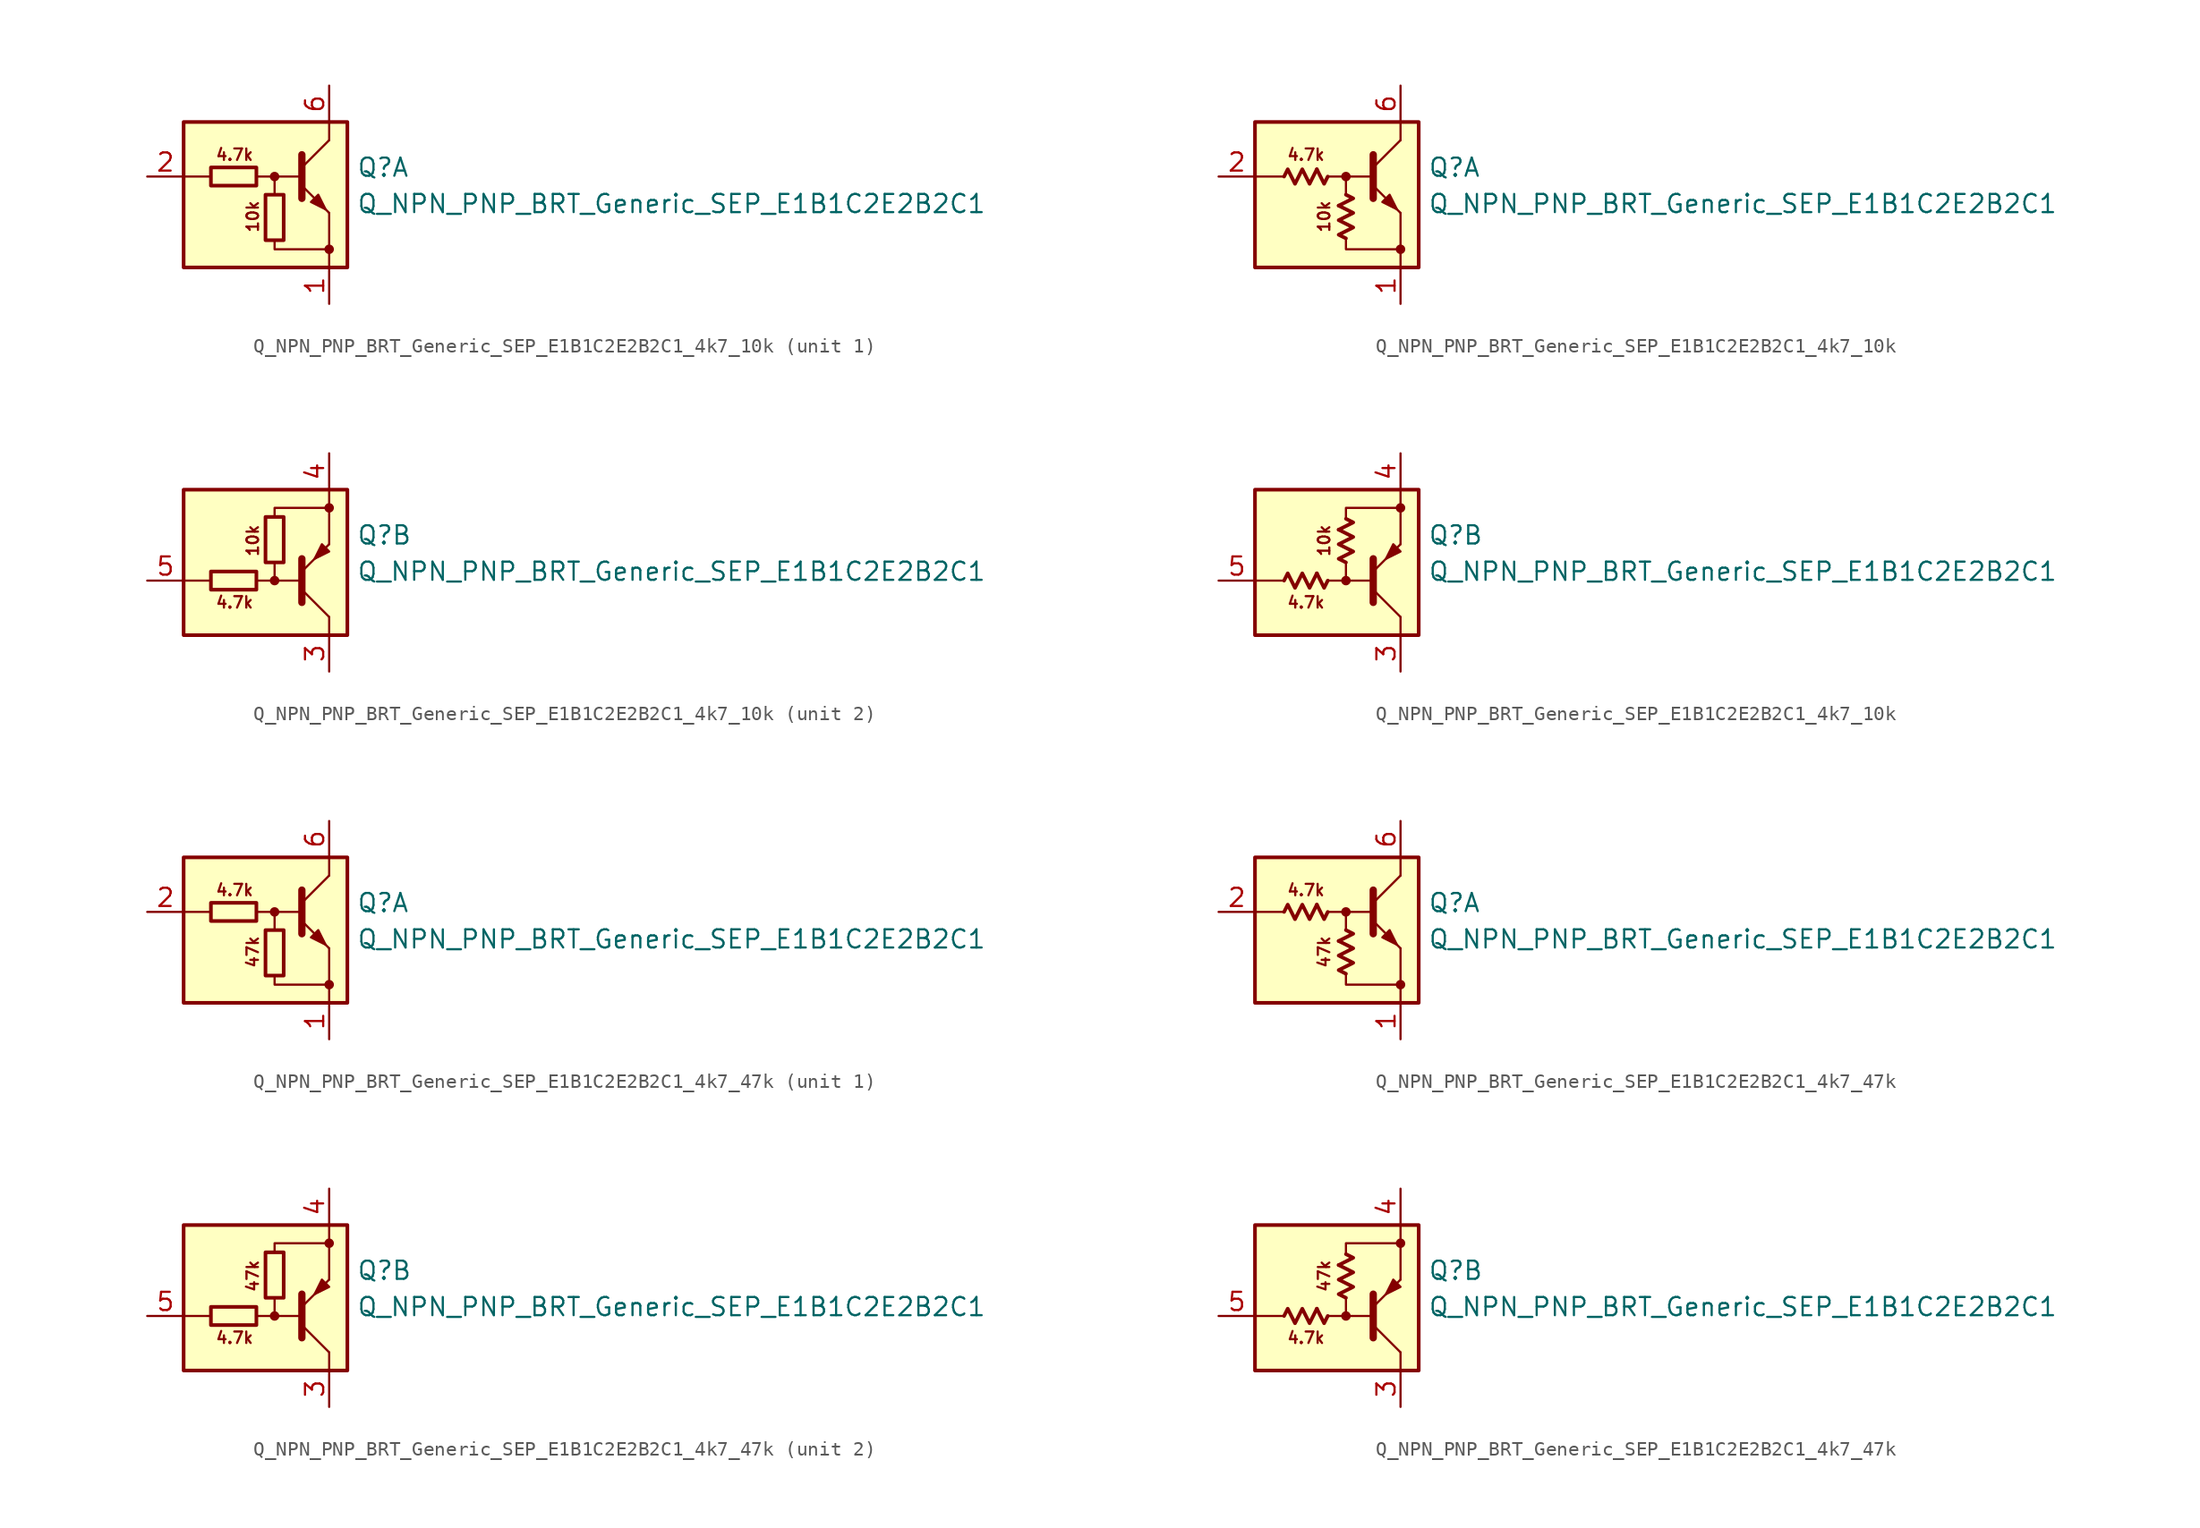
<source format=kicad_sym>
(kicad_symbol_lib
  (version 20220914)
  (generator kicad_symbol_editor)
  (symbol "Q_NPN_PNP_BRT_Generic_SEP_E1B1C2E2B2C1_4k7_10k"
    (pin_names
      (offset 1.016) hide)
    (property "Reference" "Q"
      (at 5.715 1.905 0)
      (effects (font (size 1.27 1.27)) (justify left)))
    (property "Value" "Q_NPN_PNP_BRT_Generic_SEP_E1B1C2E2B2C1"
      (at 5.715 -0.635 0)
      (effects (font (size 1.27 1.27)) (justify left)))
    (property "ki_locked" ""
      (at 0 0 0)
      (effects (font (size 1.27 1.27))))
    (symbol "Q_NPN_PNP_BRT_Generic_SEP_E1B1C2E2B2C1_4k7_10k_1_0"
      (rectangle (start -6.35 5.08) (end 5.08 -5.08) (stroke (width 0.254) (type default)) (fill (type background)))
      (polyline (pts (xy -4.445 1.27) (xy -6.35 1.27)) (stroke (width 0) (type default)) (fill (type none)))
      (polyline (pts (xy -0.254 1.27) (xy 1.905 1.27)) (stroke (width 0) (type default)) (fill (type none)))
      (polyline (pts (xy 1.905 1.905) (xy 3.81 3.81)) (stroke (width 0) (type default)) (fill (type none)))
      (polyline (pts (xy 1.905 2.794) (xy 1.905 -0.254)) (stroke (width 0.508) (type default)) (fill (type none)))
      (polyline (pts (xy 3.81 -3.81) (xy 3.81 -5.08)) (stroke (width 0) (type default)) (fill (type none)))
      (polyline (pts (xy 3.81 -3.81) (xy 3.81 -1.27)) (stroke (width 0) (type default)) (fill (type none)))
      (polyline (pts (xy 3.81 3.81) (xy 3.81 5.08)) (stroke (width 0) (type default)) (fill (type none)))
      (polyline (pts (xy -1.27 1.27) (xy 0 1.27) (xy 0 0)) (stroke (width 0) (type default)) (fill (type none)))
      (polyline (pts (xy 0 -3.175) (xy 0 -3.81) (xy 3.81 -3.81)) (stroke (width 0) (type default)) (fill (type none)))
      (polyline (pts (xy 1.905 0.635) (xy 3.81 -1.27) (xy 3.81 -1.27)) (stroke (width 0) (type default)) (fill (type none)))
      (polyline (pts (xy 2.54 -0.508) (xy 3.048 0) (xy 3.556 -1.016) (xy 2.54 -0.508) (xy 2.54 -0.508)) (stroke (width 0) (type default)) (fill (type outline)))
      (circle (center 0 1.27) (radius 0.254) (stroke (width 0) (type default)) (fill (type outline)))
      (circle (center 3.81 -3.81) (radius 0.254) (stroke (width 0) (type default)) (fill (type outline)))
      (text "10k" (at -1.524 -1.524 900) (effects (font (size 0.8 0.8))))
      (text "4.7k" (at -2.794 2.794 0) (effects (font (size 0.8 0.8)))))
    (symbol "Q_NPN_PNP_BRT_Generic_SEP_E1B1C2E2B2C1_4k7_10k_1_1"
      (rectangle (start -4.445 1.905) (end -1.27 0.635) (stroke (width 0.254) (type default)) (fill (type none)))
      (rectangle (start -0.635 0) (end 0.635 -3.175) (stroke (width 0.254) (type default)) (fill (type none)))
      (pin passive line (at 3.81 -7.62 90) (length 2.54) (name "E1" (effects (font (size 1.27 1.27)))) (number "1" (effects (font (size 1.27 1.27)))))
      (pin input line (at -8.89 1.27 0) (length 2.54) (name "B1" (effects (font (size 1.27 1.27)))) (number "2" (effects (font (size 1.27 1.27)))))
      (pin passive line (at 3.81 7.62 270) (length 2.54) (name "C1" (effects (font (size 1.27 1.27)))) (number "6" (effects (font (size 1.27 1.27))))))
    (symbol "Q_NPN_PNP_BRT_Generic_SEP_E1B1C2E2B2C1_4k7_10k_1_2"
      (polyline (pts (xy -2.032 1.778) (xy -1.524 0.762) (xy -1.27 1.27)) (stroke (width 0.254) (type default)) (fill (type none)))
      (polyline (pts (xy -0.508 -0.762) (xy 0.508 -0.254) (xy 0 0)) (stroke (width 0.254) (type default)) (fill (type none)))
      (polyline (pts (xy -4.318 1.27) (xy -4.064 1.778) (xy -3.556 0.762) (xy -3.048 1.778) (xy -2.54 0.762) (xy -2.032 1.778)) (stroke (width 0.254) (type default)) (fill (type none)))
      (polyline (pts (xy 0 -3.048) (xy -0.508 -2.794) (xy 0.508 -2.286) (xy -0.508 -1.778) (xy 0.508 -1.27) (xy -0.508 -0.762)) (stroke (width 0.254) (type default)) (fill (type none)))
      (pin passive line (at 3.81 -7.62 90) (length 2.54) (name "E1" (effects (font (size 1.27 1.27)))) (number "1" (effects (font (size 1.27 1.27)))))
      (pin input line (at -8.89 1.27 0) (length 2.54) (name "B1" (effects (font (size 1.27 1.27)))) (number "2" (effects (font (size 1.27 1.27)))))
      (pin passive line (at 3.81 7.62 270) (length 2.54) (name "C1" (effects (font (size 1.27 1.27)))) (number "6" (effects (font (size 1.27 1.27))))))
    (symbol "Q_NPN_PNP_BRT_Generic_SEP_E1B1C2E2B2C1_4k7_10k_2_0"
      (rectangle (start -6.35 5.08) (end 5.08 -5.08) (stroke (width 0.254) (type default)) (fill (type background)))
      (circle (center 0 -1.27) (radius 0.254) (stroke (width 0) (type default)) (fill (type outline)))
      (polyline (pts (xy -4.445 -1.27) (xy -6.35 -1.27)) (stroke (width 0) (type default)) (fill (type none)))
      (polyline (pts (xy -0.254 -1.27) (xy 1.905 -1.27)) (stroke (width 0) (type default)) (fill (type none)))
      (polyline (pts (xy 1.905 -2.794) (xy 1.905 0.254)) (stroke (width 0.508) (type default)) (fill (type none)))
      (polyline (pts (xy 1.905 -1.905) (xy 3.81 -3.81)) (stroke (width 0) (type default)) (fill (type none)))
      (polyline (pts (xy 3.81 -3.81) (xy 3.81 -5.08)) (stroke (width 0) (type default)) (fill (type none)))
      (polyline (pts (xy 3.81 3.81) (xy 3.81 1.27)) (stroke (width 0) (type default)) (fill (type none)))
      (polyline (pts (xy 3.81 3.81) (xy 3.81 5.08)) (stroke (width 0) (type default)) (fill (type none)))
      (polyline (pts (xy -1.27 -1.27) (xy 0 -1.27) (xy 0 0)) (stroke (width 0) (type default)) (fill (type none)))
      (polyline (pts (xy 0 3.175) (xy 0 3.81) (xy 3.81 3.81)) (stroke (width 0) (type default)) (fill (type none)))
      (polyline (pts (xy 1.905 -0.635) (xy 3.81 1.27) (xy 3.81 1.27)) (stroke (width 0) (type default)) (fill (type none)))
      (polyline (pts (xy 3.81 0.762) (xy 3.302 1.27) (xy 2.794 0.254) (xy 3.81 0.762) (xy 3.81 0.762)) (stroke (width 0) (type default)) (fill (type outline)))
      (circle (center 3.81 3.81) (radius 0.254) (stroke (width 0) (type default)) (fill (type outline)))
      (text "10k" (at -1.524 1.524 900) (effects (font (size 0.8 0.8))))
      (text "4.7k" (at -2.794 -2.794 0) (effects (font (size 0.8 0.8)))))
    (symbol "Q_NPN_PNP_BRT_Generic_SEP_E1B1C2E2B2C1_4k7_10k_2_1"
      (rectangle (start -1.27 -0.635) (end -4.445 -1.905) (stroke (width 0.254) (type default)) (fill (type none)))
      (rectangle (start 0.635 3.175) (end -0.635 0) (stroke (width 0.254) (type default)) (fill (type none)))
      (pin passive line (at 3.81 -7.62 90) (length 2.54) (name "C2" (effects (font (size 1.27 1.27)))) (number "3" (effects (font (size 1.27 1.27)))))
      (pin passive line (at 3.81 7.62 270) (length 2.54) (name "E2" (effects (font (size 1.27 1.27)))) (number "4" (effects (font (size 1.27 1.27)))))
      (pin input line (at -8.89 -1.27 0) (length 2.54) (name "B2" (effects (font (size 1.27 1.27)))) (number "5" (effects (font (size 1.27 1.27))))))
    (symbol "Q_NPN_PNP_BRT_Generic_SEP_E1B1C2E2B2C1_4k7_10k_2_2"
      (polyline (pts (xy -2.032 -0.762) (xy -1.524 -1.778) (xy -1.27 -1.27)) (stroke (width 0.254) (type default)) (fill (type none)))
      (polyline (pts (xy -0.508 2.286) (xy 0.508 2.794) (xy 0 3.048)) (stroke (width 0.254) (type default)) (fill (type none)))
      (polyline (pts (xy -4.318 -1.27) (xy -4.064 -0.762) (xy -3.556 -1.778) (xy -3.048 -0.762) (xy -2.54 -1.778) (xy -2.032 -0.762)) (stroke (width 0.254) (type default)) (fill (type none)))
      (polyline (pts (xy 0 0) (xy -0.508 0.254) (xy 0.508 0.762) (xy -0.508 1.27) (xy 0.508 1.778) (xy -0.508 2.286)) (stroke (width 0.254) (type default)) (fill (type none)))
      (pin passive line (at 3.81 -7.62 90) (length 2.54) (name "C2" (effects (font (size 1.27 1.27)))) (number "3" (effects (font (size 1.27 1.27)))))
      (pin passive line (at 3.81 7.62 270) (length 2.54) (name "E2" (effects (font (size 1.27 1.27)))) (number "4" (effects (font (size 1.27 1.27)))))
      (pin input line (at -8.89 -1.27 0) (length 2.54) (name "B2" (effects (font (size 1.27 1.27)))) (number "5" (effects (font (size 1.27 1.27)))))))
  (symbol "Q_NPN_PNP_BRT_Generic_SEP_E1B1C2E2B2C1_4k7_47k"
    (pin_names
      (offset 1.016) hide)
    (property "Reference" "Q"
      (at 5.715 1.905 0)
      (effects (font (size 1.27 1.27)) (justify left)))
    (property "Value" "Q_NPN_PNP_BRT_Generic_SEP_E1B1C2E2B2C1"
      (at 5.715 -0.635 0)
      (effects (font (size 1.27 1.27)) (justify left)))
    (property "ki_locked" ""
      (at 0 0 0)
      (effects (font (size 1.27 1.27))))
    (symbol "Q_NPN_PNP_BRT_Generic_SEP_E1B1C2E2B2C1_4k7_47k_1_0"
      (rectangle (start -6.35 5.08) (end 5.08 -5.08) (stroke (width 0.254) (type default)) (fill (type background)))
      (polyline (pts (xy -4.445 1.27) (xy -6.35 1.27)) (stroke (width 0) (type default)) (fill (type none)))
      (polyline (pts (xy -0.254 1.27) (xy 1.905 1.27)) (stroke (width 0) (type default)) (fill (type none)))
      (polyline (pts (xy 1.905 1.905) (xy 3.81 3.81)) (stroke (width 0) (type default)) (fill (type none)))
      (polyline (pts (xy 1.905 2.794) (xy 1.905 -0.254)) (stroke (width 0.508) (type default)) (fill (type none)))
      (polyline (pts (xy 3.81 -3.81) (xy 3.81 -5.08)) (stroke (width 0) (type default)) (fill (type none)))
      (polyline (pts (xy 3.81 -3.81) (xy 3.81 -1.27)) (stroke (width 0) (type default)) (fill (type none)))
      (polyline (pts (xy 3.81 3.81) (xy 3.81 5.08)) (stroke (width 0) (type default)) (fill (type none)))
      (polyline (pts (xy -1.27 1.27) (xy 0 1.27) (xy 0 0)) (stroke (width 0) (type default)) (fill (type none)))
      (polyline (pts (xy 0 -3.175) (xy 0 -3.81) (xy 3.81 -3.81)) (stroke (width 0) (type default)) (fill (type none)))
      (polyline (pts (xy 1.905 0.635) (xy 3.81 -1.27) (xy 3.81 -1.27)) (stroke (width 0) (type default)) (fill (type none)))
      (polyline (pts (xy 2.54 -0.508) (xy 3.048 0) (xy 3.556 -1.016) (xy 2.54 -0.508) (xy 2.54 -0.508)) (stroke (width 0) (type default)) (fill (type outline)))
      (circle (center 0 1.27) (radius 0.254) (stroke (width 0) (type default)) (fill (type outline)))
      (circle (center 3.81 -3.81) (radius 0.254) (stroke (width 0) (type default)) (fill (type outline)))
      (text "4.7k" (at -2.794 2.794 0) (effects (font (size 0.8 0.8))))
      (text "47k" (at -1.524 -1.524 900) (effects (font (size 0.8 0.8)))))
    (symbol "Q_NPN_PNP_BRT_Generic_SEP_E1B1C2E2B2C1_4k7_47k_1_1"
      (rectangle (start -4.445 1.905) (end -1.27 0.635) (stroke (width 0.254) (type default)) (fill (type none)))
      (rectangle (start -0.635 0) (end 0.635 -3.175) (stroke (width 0.254) (type default)) (fill (type none)))
      (pin passive line (at 3.81 -7.62 90) (length 2.54) (name "E1" (effects (font (size 1.27 1.27)))) (number "1" (effects (font (size 1.27 1.27)))))
      (pin input line (at -8.89 1.27 0) (length 2.54) (name "B1" (effects (font (size 1.27 1.27)))) (number "2" (effects (font (size 1.27 1.27)))))
      (pin passive line (at 3.81 7.62 270) (length 2.54) (name "C1" (effects (font (size 1.27 1.27)))) (number "6" (effects (font (size 1.27 1.27))))))
    (symbol "Q_NPN_PNP_BRT_Generic_SEP_E1B1C2E2B2C1_4k7_47k_1_2"
      (polyline (pts (xy -2.032 1.778) (xy -1.524 0.762) (xy -1.27 1.27)) (stroke (width 0.254) (type default)) (fill (type none)))
      (polyline (pts (xy -0.508 -0.762) (xy 0.508 -0.254) (xy 0 0)) (stroke (width 0.254) (type default)) (fill (type none)))
      (polyline (pts (xy -4.318 1.27) (xy -4.064 1.778) (xy -3.556 0.762) (xy -3.048 1.778) (xy -2.54 0.762) (xy -2.032 1.778)) (stroke (width 0.254) (type default)) (fill (type none)))
      (polyline (pts (xy 0 -3.048) (xy -0.508 -2.794) (xy 0.508 -2.286) (xy -0.508 -1.778) (xy 0.508 -1.27) (xy -0.508 -0.762)) (stroke (width 0.254) (type default)) (fill (type none)))
      (pin passive line (at 3.81 -7.62 90) (length 2.54) (name "E1" (effects (font (size 1.27 1.27)))) (number "1" (effects (font (size 1.27 1.27)))))
      (pin input line (at -8.89 1.27 0) (length 2.54) (name "B1" (effects (font (size 1.27 1.27)))) (number "2" (effects (font (size 1.27 1.27)))))
      (pin passive line (at 3.81 7.62 270) (length 2.54) (name "C1" (effects (font (size 1.27 1.27)))) (number "6" (effects (font (size 1.27 1.27))))))
    (symbol "Q_NPN_PNP_BRT_Generic_SEP_E1B1C2E2B2C1_4k7_47k_2_0"
      (rectangle (start -6.35 5.08) (end 5.08 -5.08) (stroke (width 0.254) (type default)) (fill (type background)))
      (circle (center 0 -1.27) (radius 0.254) (stroke (width 0) (type default)) (fill (type outline)))
      (polyline (pts (xy -4.445 -1.27) (xy -6.35 -1.27)) (stroke (width 0) (type default)) (fill (type none)))
      (polyline (pts (xy -0.254 -1.27) (xy 1.905 -1.27)) (stroke (width 0) (type default)) (fill (type none)))
      (polyline (pts (xy 1.905 -2.794) (xy 1.905 0.254)) (stroke (width 0.508) (type default)) (fill (type none)))
      (polyline (pts (xy 1.905 -1.905) (xy 3.81 -3.81)) (stroke (width 0) (type default)) (fill (type none)))
      (polyline (pts (xy 3.81 -3.81) (xy 3.81 -5.08)) (stroke (width 0) (type default)) (fill (type none)))
      (polyline (pts (xy 3.81 3.81) (xy 3.81 1.27)) (stroke (width 0) (type default)) (fill (type none)))
      (polyline (pts (xy 3.81 3.81) (xy 3.81 5.08)) (stroke (width 0) (type default)) (fill (type none)))
      (polyline (pts (xy -1.27 -1.27) (xy 0 -1.27) (xy 0 0)) (stroke (width 0) (type default)) (fill (type none)))
      (polyline (pts (xy 0 3.175) (xy 0 3.81) (xy 3.81 3.81)) (stroke (width 0) (type default)) (fill (type none)))
      (polyline (pts (xy 1.905 -0.635) (xy 3.81 1.27) (xy 3.81 1.27)) (stroke (width 0) (type default)) (fill (type none)))
      (polyline (pts (xy 3.81 0.762) (xy 3.302 1.27) (xy 2.794 0.254) (xy 3.81 0.762) (xy 3.81 0.762)) (stroke (width 0) (type default)) (fill (type outline)))
      (circle (center 3.81 3.81) (radius 0.254) (stroke (width 0) (type default)) (fill (type outline)))
      (text "4.7k" (at -2.794 -2.794 0) (effects (font (size 0.8 0.8))))
      (text "47k" (at -1.524 1.524 900) (effects (font (size 0.8 0.8)))))
    (symbol "Q_NPN_PNP_BRT_Generic_SEP_E1B1C2E2B2C1_4k7_47k_2_1"
      (rectangle (start -1.27 -0.635) (end -4.445 -1.905) (stroke (width 0.254) (type default)) (fill (type none)))
      (rectangle (start 0.635 3.175) (end -0.635 0) (stroke (width 0.254) (type default)) (fill (type none)))
      (pin passive line (at 3.81 -7.62 90) (length 2.54) (name "C2" (effects (font (size 1.27 1.27)))) (number "3" (effects (font (size 1.27 1.27)))))
      (pin passive line (at 3.81 7.62 270) (length 2.54) (name "E2" (effects (font (size 1.27 1.27)))) (number "4" (effects (font (size 1.27 1.27)))))
      (pin input line (at -8.89 -1.27 0) (length 2.54) (name "B2" (effects (font (size 1.27 1.27)))) (number "5" (effects (font (size 1.27 1.27))))))
    (symbol "Q_NPN_PNP_BRT_Generic_SEP_E1B1C2E2B2C1_4k7_47k_2_2"
      (polyline (pts (xy -2.032 -0.762) (xy -1.524 -1.778) (xy -1.27 -1.27)) (stroke (width 0.254) (type default)) (fill (type none)))
      (polyline (pts (xy -0.508 2.286) (xy 0.508 2.794) (xy 0 3.048)) (stroke (width 0.254) (type default)) (fill (type none)))
      (polyline (pts (xy -4.318 -1.27) (xy -4.064 -0.762) (xy -3.556 -1.778) (xy -3.048 -0.762) (xy -2.54 -1.778) (xy -2.032 -0.762)) (stroke (width 0.254) (type default)) (fill (type none)))
      (polyline (pts (xy 0 0) (xy -0.508 0.254) (xy 0.508 0.762) (xy -0.508 1.27) (xy 0.508 1.778) (xy -0.508 2.286)) (stroke (width 0.254) (type default)) (fill (type none)))
      (pin passive line (at 3.81 -7.62 90) (length 2.54) (name "C2" (effects (font (size 1.27 1.27)))) (number "3" (effects (font (size 1.27 1.27)))))
      (pin passive line (at 3.81 7.62 270) (length 2.54) (name "E2" (effects (font (size 1.27 1.27)))) (number "4" (effects (font (size 1.27 1.27)))))
      (pin input line (at -8.89 -1.27 0) (length 2.54) (name "B2" (effects (font (size 1.27 1.27)))) (number "5" (effects (font (size 1.27 1.27))))))))
</source>
